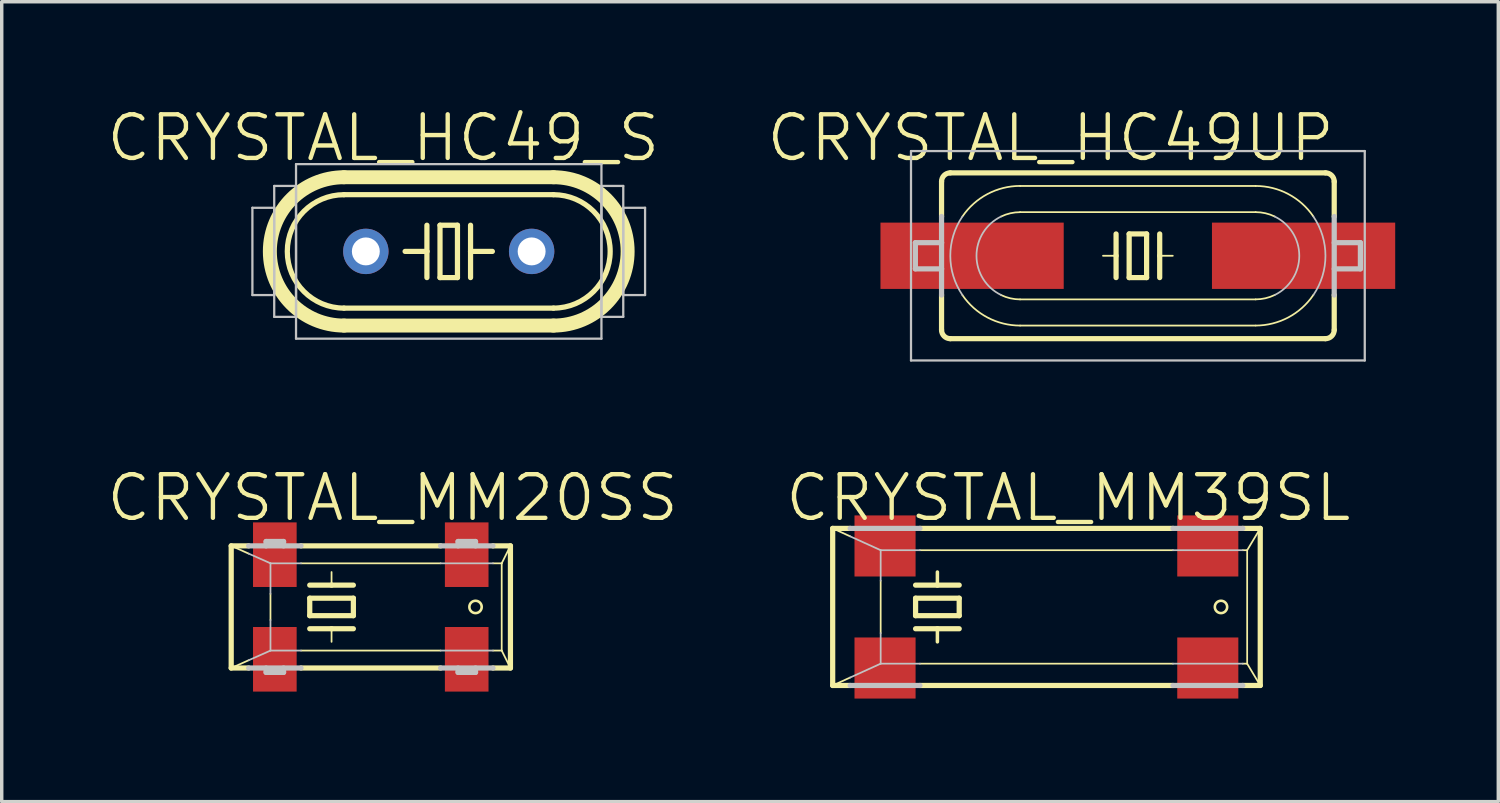
<source format=kicad_pcb>
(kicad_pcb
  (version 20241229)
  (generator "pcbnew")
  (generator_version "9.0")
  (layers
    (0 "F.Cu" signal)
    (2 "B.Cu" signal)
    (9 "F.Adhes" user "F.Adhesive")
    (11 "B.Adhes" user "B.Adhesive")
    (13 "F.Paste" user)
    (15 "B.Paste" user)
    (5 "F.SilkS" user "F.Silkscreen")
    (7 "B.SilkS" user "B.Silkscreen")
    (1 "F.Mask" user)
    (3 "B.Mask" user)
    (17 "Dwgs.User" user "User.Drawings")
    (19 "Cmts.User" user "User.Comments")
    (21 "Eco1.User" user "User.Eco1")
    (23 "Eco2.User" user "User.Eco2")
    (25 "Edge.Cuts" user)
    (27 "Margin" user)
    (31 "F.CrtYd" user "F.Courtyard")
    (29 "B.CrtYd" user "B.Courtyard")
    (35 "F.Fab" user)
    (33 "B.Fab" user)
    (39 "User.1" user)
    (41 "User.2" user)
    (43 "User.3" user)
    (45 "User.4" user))
  (footprint "CRYSTAL_HC49UP"
    (layer "F.Cu")
    (at 30.072 4.395)
    (property "Reference" "CRYSTAL_HC49UP" (at -2.54 -3.429 0) (layer "F.SilkS") (effects (font (size 1.27 1.27) (thickness 0.127))))
    (attr smd)
    (fp_line (start -5.715 -1.143) (end -5.715 -2.159) (stroke (width 0.152) (type solid)) (layer "F.SilkS"))
    (fp_line (start -5.715 2.159) (end -5.715 1.143) (stroke (width 0.152) (type solid)) (layer "F.SilkS"))
    (fp_line (start -3.429 -2.032) (end 3.429 -2.032) (stroke (width 0.051) (type solid)) (layer "F.SilkS"))
    (fp_line (start -3.429 -1.27) (end 3.429 -1.27) (stroke (width 0.051) (type solid)) (layer "F.SilkS"))
    (fp_line (start -0.635 -0.635) (end -0.635 0) (stroke (width 0.152) (type solid)) (layer "F.SilkS"))
    (fp_line (start -0.635 0) (end -1.016 0) (stroke (width 0.051) (type solid)) (layer "F.SilkS"))
    (fp_line (start -0.635 0) (end -0.635 0.635) (stroke (width 0.152) (type solid)) (layer "F.SilkS"))
    (fp_line (start -0.254 -0.635) (end -0.254 0.635) (stroke (width 0.152) (type solid)) (layer "F.SilkS"))
    (fp_line (start -0.254 0.635) (end 0.254 0.635) (stroke (width 0.152) (type solid)) (layer "F.SilkS"))
    (fp_line (start 0.254 -0.635) (end -0.254 -0.635) (stroke (width 0.152) (type solid)) (layer "F.SilkS"))
    (fp_line (start 0.254 0.635) (end 0.254 -0.635) (stroke (width 0.152) (type solid)) (layer "F.SilkS"))
    (fp_line (start 0.635 -0.635) (end 0.635 0) (stroke (width 0.152) (type solid)) (layer "F.SilkS"))
    (fp_line (start 0.635 0) (end 0.635 0.635) (stroke (width 0.152) (type solid)) (layer "F.SilkS"))
    (fp_line (start 0.635 0) (end 1.016 0) (stroke (width 0.051) (type solid)) (layer "F.SilkS"))
    (fp_line (start 3.429 1.27) (end -3.429 1.27) (stroke (width 0.051) (type solid)) (layer "F.SilkS"))
    (fp_line (start 3.429 2.032) (end -3.429 2.032) (stroke (width 0.051) (type solid)) (layer "F.SilkS"))
    (fp_line (start 5.461 -2.413) (end -5.461 -2.413) (stroke (width 0.152) (type solid)) (layer "F.SilkS"))
    (fp_line (start 5.461 2.413) (end -5.461 2.413) (stroke (width 0.152) (type solid)) (layer "F.SilkS"))
    (fp_line (start 5.715 -1.143) (end 5.715 -2.159) (stroke (width 0.152) (type solid)) (layer "F.SilkS"))
    (fp_line (start 5.715 2.159) (end 5.715 1.143) (stroke (width 0.152) (type solid)) (layer "F.SilkS"))
    (fp_arc (start -5.715 -2.159) (mid -5.640605 -2.338605) (end -5.461 -2.413) (stroke (width 0.1524) (type solid)) (layer "F.SilkS"))
    (fp_arc (start -5.461 2.413) (mid -5.640605 2.338605) (end -5.715 2.159) (stroke (width 0.1524) (type solid)) (layer "F.SilkS"))
    (fp_arc (start -5.10794 -1.143) (mid -4.379218 -1.796128) (end -3.429787 -2.033178) (stroke (width 0.0508) (type solid)) (layer "F.SilkS"))
    (fp_arc (start -3.98018 -1.143) (mid -3.711094 -1.237203) (end -3.427769 -1.268955) (stroke (width 0.0508) (type solid)) (layer "F.SilkS"))
    (fp_arc (start -3.429 1.27) (mid -3.712527 1.237947) (end -3.981743 1.143405) (stroke (width 0.0508) (type solid)) (layer "F.SilkS"))
    (fp_arc (start -3.429 2.032) (mid -4.378266 1.796641) (end -5.107632 1.145085) (stroke (width 0.0508) (type solid)) (layer "F.SilkS"))
    (fp_arc (start 3.429 -2.032) (mid 4.378266 -1.796641) (end 5.107632 -1.145085) (stroke (width 0.0508) (type solid)) (layer "F.SilkS"))
    (fp_arc (start 3.429 -1.27) (mid 3.712527 -1.237947) (end 3.981743 -1.143405) (stroke (width 0.0508) (type solid)) (layer "F.SilkS"))
    (fp_arc (start 3.98018 1.143) (mid 3.711094 1.237203) (end 3.427769 1.268955) (stroke (width 0.0508) (type solid)) (layer "F.SilkS"))
    (fp_arc (start 5.10794 1.14046) (mid 4.380405 1.793882) (end 3.431886 2.031747) (stroke (width 0.0508) (type solid)) (layer "F.SilkS"))
    (fp_arc (start 5.461 -2.413) (mid 5.640605 -2.338605) (end 5.715 -2.159) (stroke (width 0.1524) (type solid)) (layer "F.SilkS"))
    (fp_arc (start 5.715 2.159) (mid 5.640605 2.338605) (end 5.461 2.413) (stroke (width 0.1524) (type solid)) (layer "F.SilkS"))
    (fp_line (start -6.604 -3.048) (end 6.604 -3.048) (stroke (width 0.066) (type solid)) (layer "Dwgs.User"))
    (fp_line (start -6.604 3.048) (end -6.604 -3.048) (stroke (width 0.066) (type solid)) (layer "Dwgs.User"))
    (fp_line (start -6.604 3.048) (end 6.604 3.048) (stroke (width 0.066) (type solid)) (layer "Dwgs.User"))
    (fp_line (start -6.477 0.381) (end -6.477 -0.381) (stroke (width 0.152) (type solid)) (layer "Dwgs.User"))
    (fp_line (start -5.715 -0.381) (end -6.477 -0.381) (stroke (width 0.152) (type solid)) (layer "Dwgs.User"))
    (fp_line (start -5.715 -0.381) (end -5.715 -1.143) (stroke (width 0.152) (type solid)) (layer "Dwgs.User"))
    (fp_line (start -5.715 0.381) (end -6.477 0.381) (stroke (width 0.152) (type solid)) (layer "Dwgs.User"))
    (fp_line (start -5.715 0.381) (end -5.715 -0.381) (stroke (width 0.152) (type solid)) (layer "Dwgs.User"))
    (fp_line (start -5.715 1.143) (end -5.715 0.381) (stroke (width 0.152) (type solid)) (layer "Dwgs.User"))
    (fp_line (start 5.715 -0.381) (end 6.477 -0.381) (stroke (width 0.152) (type solid)) (layer "Dwgs.User"))
    (fp_line (start 5.715 0.381) (end 6.477 0.381) (stroke (width 0.152) (type solid)) (layer "Dwgs.User"))
    (fp_line (start 5.715 1.143) (end 5.715 -1.143) (stroke (width 0.152) (type solid)) (layer "Dwgs.User"))
    (fp_line (start 6.477 0.381) (end 6.477 -0.381) (stroke (width 0.152) (type solid)) (layer "Dwgs.User"))
    (fp_line (start 6.604 3.048) (end 6.604 -3.048) (stroke (width 0.066) (type solid)) (layer "Dwgs.User"))
    (fp_arc (start -5.10794 1.143) (mid -5.46008 0.001649) (end -5.109794 -1.140273) (stroke (width 0.0508) (type solid)) (layer "Dwgs.User"))
    (fp_arc (start -3.98018 1.143) (mid -4.697953 0.002339) (end -3.98439 -1.14096) (stroke (width 0.0508) (type solid)) (layer "Dwgs.User"))
    (fp_arc (start 3.98018 -1.143) (mid 4.697953 -0.002339) (end 3.98439 1.14096) (stroke (width 0.0508) (type solid)) (layer "Dwgs.User"))
    (fp_arc (start 5.10794 -1.143) (mid 5.46008 -0.001649) (end 5.109794 1.140273) (stroke (width 0.0508) (type solid)) (layer "Dwgs.User"))
    (pad "1" smd rect (at -4.826 0) (size 5.334 1.93) (layers "F.Cu" "F.Mask" "F.Paste"))
    (pad "2" smd rect (at 4.823 0) (size 5.334 1.93) (layers "F.Cu" "F.Mask" "F.Paste")))
  (footprint "CRYSTAL_MM39SL"
    (layer "F.Cu")
    (at 27.411 14.617)
    (property "Reference" "CRYSTAL_MM39SL" (at 0.635 -3.175 0) (layer "F.SilkS") (effects (font (size 1.27 1.27) (thickness 0.127))))
    (attr smd)
    (fp_line (start -6.223 -2.286) (end -5.715 -2.286) (stroke (width 0.152) (type solid)) (layer "F.SilkS"))
    (fp_line (start -6.223 2.286) (end -6.223 -2.286) (stroke (width 0.152) (type solid)) (layer "F.SilkS"))
    (fp_line (start -6.223 2.286) (end -5.715 2.286) (stroke (width 0.152) (type solid)) (layer "F.SilkS"))
    (fp_line (start -5.715 -2.055) (end -6.223 -2.286) (stroke (width 0.051) (type solid)) (layer "F.SilkS"))
    (fp_line (start -5.715 2.055) (end -6.223 2.286) (stroke (width 0.051) (type solid)) (layer "F.SilkS"))
    (fp_line (start -4.826 -0.762) (end -4.826 0.762) (stroke (width 0.051) (type solid)) (layer "F.SilkS"))
    (fp_line (start -3.81 -0.635) (end -3.175 -0.635) (stroke (width 0.152) (type solid)) (layer "F.SilkS"))
    (fp_line (start -3.81 -0.254) (end -3.81 0.254) (stroke (width 0.152) (type solid)) (layer "F.SilkS"))
    (fp_line (start -3.81 0.254) (end -2.54 0.254) (stroke (width 0.152) (type solid)) (layer "F.SilkS"))
    (fp_line (start -3.81 0.635) (end -3.175 0.635) (stroke (width 0.152) (type solid)) (layer "F.SilkS"))
    (fp_line (start -3.683 -2.286) (end 3.683 -2.286) (stroke (width 0.152) (type solid)) (layer "F.SilkS"))
    (fp_line (start -3.683 1.651) (end 3.683 1.651) (stroke (width 0.051) (type solid)) (layer "F.SilkS"))
    (fp_line (start -3.683 2.286) (end 3.683 2.286) (stroke (width 0.152) (type solid)) (layer "F.SilkS"))
    (fp_line (start -3.175 -0.635) (end -3.175 -1.016) (stroke (width 0.102) (type solid)) (layer "F.SilkS"))
    (fp_line (start -3.175 -0.635) (end -2.54 -0.635) (stroke (width 0.152) (type solid)) (layer "F.SilkS"))
    (fp_line (start -3.175 0.635) (end -3.175 1.016) (stroke (width 0.102) (type solid)) (layer "F.SilkS"))
    (fp_line (start -3.175 0.635) (end -2.54 0.635) (stroke (width 0.152) (type solid)) (layer "F.SilkS"))
    (fp_line (start -2.54 -0.254) (end -3.81 -0.254) (stroke (width 0.152) (type solid)) (layer "F.SilkS"))
    (fp_line (start -2.54 0.254) (end -2.54 -0.254) (stroke (width 0.152) (type solid)) (layer "F.SilkS"))
    (fp_line (start 3.683 -1.651) (end -3.683 -1.651) (stroke (width 0.051) (type solid)) (layer "F.SilkS"))
    (fp_line (start 5.715 -2.286) (end 6.223 -2.286) (stroke (width 0.152) (type solid)) (layer "F.SilkS"))
    (fp_line (start 5.715 1.651) (end 5.842 1.651) (stroke (width 0.051) (type solid)) (layer "F.SilkS"))
    (fp_line (start 5.715 2.286) (end 6.223 2.286) (stroke (width 0.152) (type solid)) (layer "F.SilkS"))
    (fp_line (start 5.842 -1.651) (end 5.715 -1.651) (stroke (width 0.051) (type solid)) (layer "F.SilkS"))
    (fp_line (start 5.842 -1.651) (end 6.223 -2.286) (stroke (width 0.051) (type solid)) (layer "F.SilkS"))
    (fp_line (start 5.842 1.651) (end 5.842 -1.651) (stroke (width 0.051) (type solid)) (layer "F.SilkS"))
    (fp_line (start 5.842 1.651) (end 6.223 2.286) (stroke (width 0.051) (type solid)) (layer "F.SilkS"))
    (fp_line (start 6.223 2.286) (end 6.223 -2.286) (stroke (width 0.152) (type solid)) (layer "F.SilkS"))
    (fp_circle (center 5.08 0) (end 5.207 0.127) (stroke (width 0.076) (type solid)) (fill no) (layer "F.SilkS"))
    (fp_line (start -5.715 -2.286) (end -3.683 -2.286) (stroke (width 0.152) (type solid)) (layer "Dwgs.User"))
    (fp_line (start -5.715 2.286) (end -3.683 2.286) (stroke (width 0.152) (type solid)) (layer "Dwgs.User"))
    (fp_line (start -4.826 -1.651) (end -5.715 -2.055) (stroke (width 0.051) (type solid)) (layer "Dwgs.User"))
    (fp_line (start -4.826 -1.651) (end -4.826 -0.762) (stroke (width 0.051) (type solid)) (layer "Dwgs.User"))
    (fp_line (start -4.826 0.762) (end -4.826 1.651) (stroke (width 0.051) (type solid)) (layer "Dwgs.User"))
    (fp_line (start -4.826 1.651) (end -5.715 2.055) (stroke (width 0.051) (type solid)) (layer "Dwgs.User"))
    (fp_line (start -4.826 1.651) (end -3.683 1.651) (stroke (width 0.051) (type solid)) (layer "Dwgs.User"))
    (fp_line (start -3.683 -1.651) (end -4.826 -1.651) (stroke (width 0.051) (type solid)) (layer "Dwgs.User"))
    (fp_line (start 3.683 -2.286) (end 5.715 -2.286) (stroke (width 0.152) (type solid)) (layer "Dwgs.User"))
    (fp_line (start 3.683 1.651) (end 5.715 1.651) (stroke (width 0.051) (type solid)) (layer "Dwgs.User"))
    (fp_line (start 3.683 2.286) (end 5.715 2.286) (stroke (width 0.152) (type solid)) (layer "Dwgs.User"))
    (fp_line (start 5.715 -1.651) (end 3.683 -1.651) (stroke (width 0.051) (type solid)) (layer "Dwgs.User"))
    (pad "1" smd rect (at -4.699 1.778) (size 1.778 1.778) (layers "F.Cu" "F.Mask" "F.Paste"))
    (pad "2" smd rect (at 4.696 1.778) (size 1.778 1.778) (layers "F.Cu" "F.Mask" "F.Paste"))
    (pad "3" smd rect (at 4.696 -1.775) (size 1.778 1.778) (layers "F.Cu" "F.Mask" "F.Paste"))
    (pad "4" smd rect (at -4.699 -1.775) (size 1.778 1.778) (layers "F.Cu" "F.Mask" "F.Paste")))
  (footprint "CRYSTAL_MM20SS"
    (layer "F.Cu")
    (at 7.744 14.617)
    (property "Reference" "CRYSTAL_MM20SS" (at 0.635 -3.175 0) (layer "F.SilkS") (effects (font (size 1.27 1.27) (thickness 0.127))))
    (attr smd)
    (fp_line (start -4.064 -1.778) (end -3.556 -1.778) (stroke (width 0.152) (type solid)) (layer "F.SilkS"))
    (fp_line (start -4.064 1.778) (end -4.064 -1.778) (stroke (width 0.152) (type solid)) (layer "F.SilkS"))
    (fp_line (start -4.064 1.778) (end -3.556 1.778) (stroke (width 0.152) (type solid)) (layer "F.SilkS"))
    (fp_line (start -3.556 -1.552) (end -4.064 -1.778) (stroke (width 0.051) (type solid)) (layer "F.SilkS"))
    (fp_line (start -3.556 1.552) (end -4.064 1.778) (stroke (width 0.051) (type solid)) (layer "F.SilkS"))
    (fp_line (start -2.921 -0.381) (end -2.921 0.381) (stroke (width 0.051) (type solid)) (layer "F.SilkS"))
    (fp_line (start -2.032 -1.778) (end 2.032 -1.778) (stroke (width 0.152) (type solid)) (layer "F.SilkS"))
    (fp_line (start -2.032 1.27) (end 2.032 1.27) (stroke (width 0.051) (type solid)) (layer "F.SilkS"))
    (fp_line (start -2.032 1.778) (end 2.032 1.778) (stroke (width 0.152) (type solid)) (layer "F.SilkS"))
    (fp_line (start -1.778 -0.635) (end -1.143 -0.635) (stroke (width 0.152) (type solid)) (layer "F.SilkS"))
    (fp_line (start -1.778 -0.254) (end -1.778 0.254) (stroke (width 0.152) (type solid)) (layer "F.SilkS"))
    (fp_line (start -1.778 0.254) (end -0.508 0.254) (stroke (width 0.152) (type solid)) (layer "F.SilkS"))
    (fp_line (start -1.778 0.635) (end -1.143 0.635) (stroke (width 0.152) (type solid)) (layer "F.SilkS"))
    (fp_line (start -1.143 -0.635) (end -1.143 -1.016) (stroke (width 0.051) (type solid)) (layer "F.SilkS"))
    (fp_line (start -1.143 -0.635) (end -0.508 -0.635) (stroke (width 0.152) (type solid)) (layer "F.SilkS"))
    (fp_line (start -1.143 0.635) (end -1.143 1.016) (stroke (width 0.051) (type solid)) (layer "F.SilkS"))
    (fp_line (start -1.143 0.635) (end -0.508 0.635) (stroke (width 0.152) (type solid)) (layer "F.SilkS"))
    (fp_line (start -0.508 -0.254) (end -1.778 -0.254) (stroke (width 0.152) (type solid)) (layer "F.SilkS"))
    (fp_line (start -0.508 0.254) (end -0.508 -0.254) (stroke (width 0.152) (type solid)) (layer "F.SilkS"))
    (fp_line (start 2.032 -1.27) (end -2.032 -1.27) (stroke (width 0.051) (type solid)) (layer "F.SilkS"))
    (fp_line (start 3.556 -1.778) (end 4.064 -1.778) (stroke (width 0.152) (type solid)) (layer "F.SilkS"))
    (fp_line (start 3.556 1.27) (end 3.81 1.27) (stroke (width 0.051) (type solid)) (layer "F.SilkS"))
    (fp_line (start 3.556 1.778) (end 4.064 1.778) (stroke (width 0.152) (type solid)) (layer "F.SilkS"))
    (fp_line (start 3.81 -1.27) (end 3.556 -1.27) (stroke (width 0.051) (type solid)) (layer "F.SilkS"))
    (fp_line (start 3.81 -1.27) (end 3.81 1.27) (stroke (width 0.051) (type solid)) (layer "F.SilkS"))
    (fp_line (start 3.81 -1.27) (end 4.064 -1.778) (stroke (width 0.051) (type solid)) (layer "F.SilkS"))
    (fp_line (start 3.81 1.27) (end 4.064 1.778) (stroke (width 0.051) (type solid)) (layer "F.SilkS"))
    (fp_line (start 4.064 1.778) (end 4.064 -1.778) (stroke (width 0.152) (type solid)) (layer "F.SilkS"))
    (fp_circle (center 3.048 0) (end 3.175 0.127) (stroke (width 0.076) (type solid)) (fill no) (layer "F.SilkS"))
    (fp_line (start -3.556 -1.778) (end -2.032 -1.778) (stroke (width 0.152) (type solid)) (layer "Dwgs.User"))
    (fp_line (start -3.556 1.778) (end -2.032 1.778) (stroke (width 0.152) (type solid)) (layer "Dwgs.User"))
    (fp_line (start -3.048 -1.905) (end -2.54 -1.905) (stroke (width 0.152) (type solid)) (layer "Dwgs.User"))
    (fp_line (start -3.048 -1.778) (end -3.048 -1.905) (stroke (width 0.152) (type solid)) (layer "Dwgs.User"))
    (fp_line (start -3.048 1.905) (end -3.048 1.778) (stroke (width 0.152) (type solid)) (layer "Dwgs.User"))
    (fp_line (start -3.048 1.905) (end -2.54 1.905) (stroke (width 0.152) (type solid)) (layer "Dwgs.User"))
    (fp_line (start -2.921 -1.27) (end -3.556 -1.552) (stroke (width 0.051) (type solid)) (layer "Dwgs.User"))
    (fp_line (start -2.921 -1.27) (end -2.921 -0.381) (stroke (width 0.051) (type solid)) (layer "Dwgs.User"))
    (fp_line (start -2.921 0.381) (end -2.921 1.27) (stroke (width 0.051) (type solid)) (layer "Dwgs.User"))
    (fp_line (start -2.921 1.27) (end -3.556 1.552) (stroke (width 0.051) (type solid)) (layer "Dwgs.User"))
    (fp_line (start -2.921 1.27) (end -2.032 1.27) (stroke (width 0.051) (type solid)) (layer "Dwgs.User"))
    (fp_line (start -2.54 -1.905) (end -2.54 -1.778) (stroke (width 0.152) (type solid)) (layer "Dwgs.User"))
    (fp_line (start -2.54 1.905) (end -2.54 1.778) (stroke (width 0.152) (type solid)) (layer "Dwgs.User"))
    (fp_line (start -2.032 -1.27) (end -2.921 -1.27) (stroke (width 0.051) (type solid)) (layer "Dwgs.User"))
    (fp_line (start 2.032 -1.778) (end 3.556 -1.778) (stroke (width 0.152) (type solid)) (layer "Dwgs.User"))
    (fp_line (start 2.032 1.27) (end 3.556 1.27) (stroke (width 0.051) (type solid)) (layer "Dwgs.User"))
    (fp_line (start 2.032 1.778) (end 3.556 1.778) (stroke (width 0.152) (type solid)) (layer "Dwgs.User"))
    (fp_line (start 2.54 -1.905) (end 2.54 -1.778) (stroke (width 0.152) (type solid)) (layer "Dwgs.User"))
    (fp_line (start 2.54 -1.905) (end 3.048 -1.905) (stroke (width 0.152) (type solid)) (layer "Dwgs.User"))
    (fp_line (start 2.54 1.778) (end 2.54 1.905) (stroke (width 0.152) (type solid)) (layer "Dwgs.User"))
    (fp_line (start 2.54 1.905) (end 3.048 1.905) (stroke (width 0.152) (type solid)) (layer "Dwgs.User"))
    (fp_line (start 3.048 -1.778) (end 3.048 -1.905) (stroke (width 0.152) (type solid)) (layer "Dwgs.User"))
    (fp_line (start 3.048 1.905) (end 3.048 1.778) (stroke (width 0.152) (type solid)) (layer "Dwgs.User"))
    (fp_line (start 3.556 -1.27) (end 2.032 -1.27) (stroke (width 0.051) (type solid)) (layer "Dwgs.User"))
    (pad "1" smd rect (at -2.794 1.524) (size 1.27 1.88) (layers "F.Cu" "F.Mask" "F.Paste"))
    (pad "2" smd rect (at 2.791 1.524) (size 1.27 1.88) (layers "F.Cu" "F.Mask" "F.Paste"))
    (pad "3" smd rect (at 2.791 -1.521) (size 1.27 1.88) (layers "F.Cu" "F.Mask" "F.Paste"))
    (pad "4" smd rect (at -2.794 -1.521) (size 1.27 1.88) (layers "F.Cu" "F.Mask" "F.Paste")))
  (footprint "CRYSTAL_HC49_S"
    (layer "F.Cu")
    (at 10.012 4.268)
    (property "Reference" "CRYSTAL_HC49_S" (at -1.905 -3.302 0) (layer "F.SilkS") (effects (font (size 1.27 1.27) (thickness 0.127))))
    (attr exclude_from_pos_files exclude_from_bom)
    (fp_line (start -3.048 -2.159) (end 3.048 -2.159) (stroke (width 0.406) (type solid)) (layer "F.SilkS"))
    (fp_line (start -3.048 1.651) (end 3.048 1.651) (stroke (width 0.152) (type solid)) (layer "F.SilkS"))
    (fp_line (start -3.048 2.159) (end 3.048 2.159) (stroke (width 0.406) (type solid)) (layer "F.SilkS"))
    (fp_line (start -0.635 -0.762) (end -0.635 0) (stroke (width 0.152) (type solid)) (layer "F.SilkS"))
    (fp_line (start -0.635 0) (end -1.27 0) (stroke (width 0.152) (type solid)) (layer "F.SilkS"))
    (fp_line (start -0.635 0) (end -0.635 0.762) (stroke (width 0.152) (type solid)) (layer "F.SilkS"))
    (fp_line (start -0.254 -0.762) (end 0.254 -0.762) (stroke (width 0.152) (type solid)) (layer "F.SilkS"))
    (fp_line (start -0.254 0.762) (end -0.254 -0.762) (stroke (width 0.152) (type solid)) (layer "F.SilkS"))
    (fp_line (start 0.254 -0.762) (end 0.254 0.762) (stroke (width 0.152) (type solid)) (layer "F.SilkS"))
    (fp_line (start 0.254 0.762) (end -0.254 0.762) (stroke (width 0.152) (type solid)) (layer "F.SilkS"))
    (fp_line (start 0.635 -0.762) (end 0.635 0) (stroke (width 0.152) (type solid)) (layer "F.SilkS"))
    (fp_line (start 0.635 0) (end 0.635 0.762) (stroke (width 0.152) (type solid)) (layer "F.SilkS"))
    (fp_line (start 0.635 0) (end 1.27 0) (stroke (width 0.152) (type solid)) (layer "F.SilkS"))
    (fp_line (start 3.048 -1.651) (end -3.048 -1.651) (stroke (width 0.152) (type solid)) (layer "F.SilkS"))
    (fp_arc (start -3.048 1.651) (mid -4.699 0) (end -3.048 -1.651) (stroke (width 0.1524) (type solid)) (layer "F.SilkS"))
    (fp_arc (start -3.048 2.159) (mid -5.207 0) (end -3.048 -2.159) (stroke (width 0.4064) (type solid)) (layer "F.SilkS"))
    (fp_arc (start 3.048 -2.159) (mid 5.207 0) (end 3.048 2.159) (stroke (width 0.4064) (type solid)) (layer "F.SilkS"))
    (fp_arc (start 3.048 -1.651) (mid 4.699 0) (end 3.048 1.651) (stroke (width 0.1524) (type solid)) (layer "F.SilkS"))
    (fp_line (start -5.715 -1.27) (end -5.08 -1.27) (stroke (width 0.066) (type solid)) (layer "Dwgs.User"))
    (fp_line (start -5.715 1.27) (end -5.715 -1.27) (stroke (width 0.066) (type solid)) (layer "Dwgs.User"))
    (fp_line (start -5.715 1.27) (end -5.08 1.27) (stroke (width 0.066) (type solid)) (layer "Dwgs.User"))
    (fp_line (start -5.08 -1.905) (end -4.445 -1.905) (stroke (width 0.066) (type solid)) (layer "Dwgs.User"))
    (fp_line (start -5.08 1.27) (end -5.08 -1.27) (stroke (width 0.066) (type solid)) (layer "Dwgs.User"))
    (fp_line (start -5.08 1.905) (end -5.08 -1.905) (stroke (width 0.066) (type solid)) (layer "Dwgs.User"))
    (fp_line (start -5.08 1.905) (end -4.445 1.905) (stroke (width 0.066) (type solid)) (layer "Dwgs.User"))
    (fp_line (start -4.445 -2.54) (end 4.445 -2.54) (stroke (width 0.066) (type solid)) (layer "Dwgs.User"))
    (fp_line (start -4.445 1.905) (end -4.445 -1.905) (stroke (width 0.066) (type solid)) (layer "Dwgs.User"))
    (fp_line (start -4.445 2.54) (end -4.445 -2.54) (stroke (width 0.066) (type solid)) (layer "Dwgs.User"))
    (fp_line (start -4.445 2.54) (end 4.445 2.54) (stroke (width 0.066) (type solid)) (layer "Dwgs.User"))
    (fp_line (start 4.445 -1.905) (end 5.08 -1.905) (stroke (width 0.066) (type solid)) (layer "Dwgs.User"))
    (fp_line (start 4.445 1.905) (end 4.445 -1.905) (stroke (width 0.066) (type solid)) (layer "Dwgs.User"))
    (fp_line (start 4.445 1.905) (end 5.08 1.905) (stroke (width 0.066) (type solid)) (layer "Dwgs.User"))
    (fp_line (start 4.445 2.54) (end 4.445 -2.54) (stroke (width 0.066) (type solid)) (layer "Dwgs.User"))
    (fp_line (start 5.08 -1.27) (end 5.715 -1.27) (stroke (width 0.066) (type solid)) (layer "Dwgs.User"))
    (fp_line (start 5.08 1.27) (end 5.08 -1.27) (stroke (width 0.066) (type solid)) (layer "Dwgs.User"))
    (fp_line (start 5.08 1.27) (end 5.715 1.27) (stroke (width 0.066) (type solid)) (layer "Dwgs.User"))
    (fp_line (start 5.08 1.905) (end 5.08 -1.905) (stroke (width 0.066) (type solid)) (layer "Dwgs.User"))
    (fp_line (start 5.715 1.27) (end 5.715 -1.27) (stroke (width 0.066) (type solid)) (layer "Dwgs.User"))
    (pad "1" thru_hole circle (at -2.413 0) (size 1.321 1.321) (drill 0.813) (layers "*.Cu" "*.Paste" "*.Mask"))
    (pad "2" thru_hole circle (at 2.413 0) (size 1.321 1.321) (drill 0.813) (layers "*.Cu" "*.Paste" "*.Mask")))
  (gr_rect
    (start -3 -3)
    (end 40.563 20.284)
    (stroke (width 0.1) (type default))
    (fill no)
    (layer "Edge.Cuts")))
</source>
